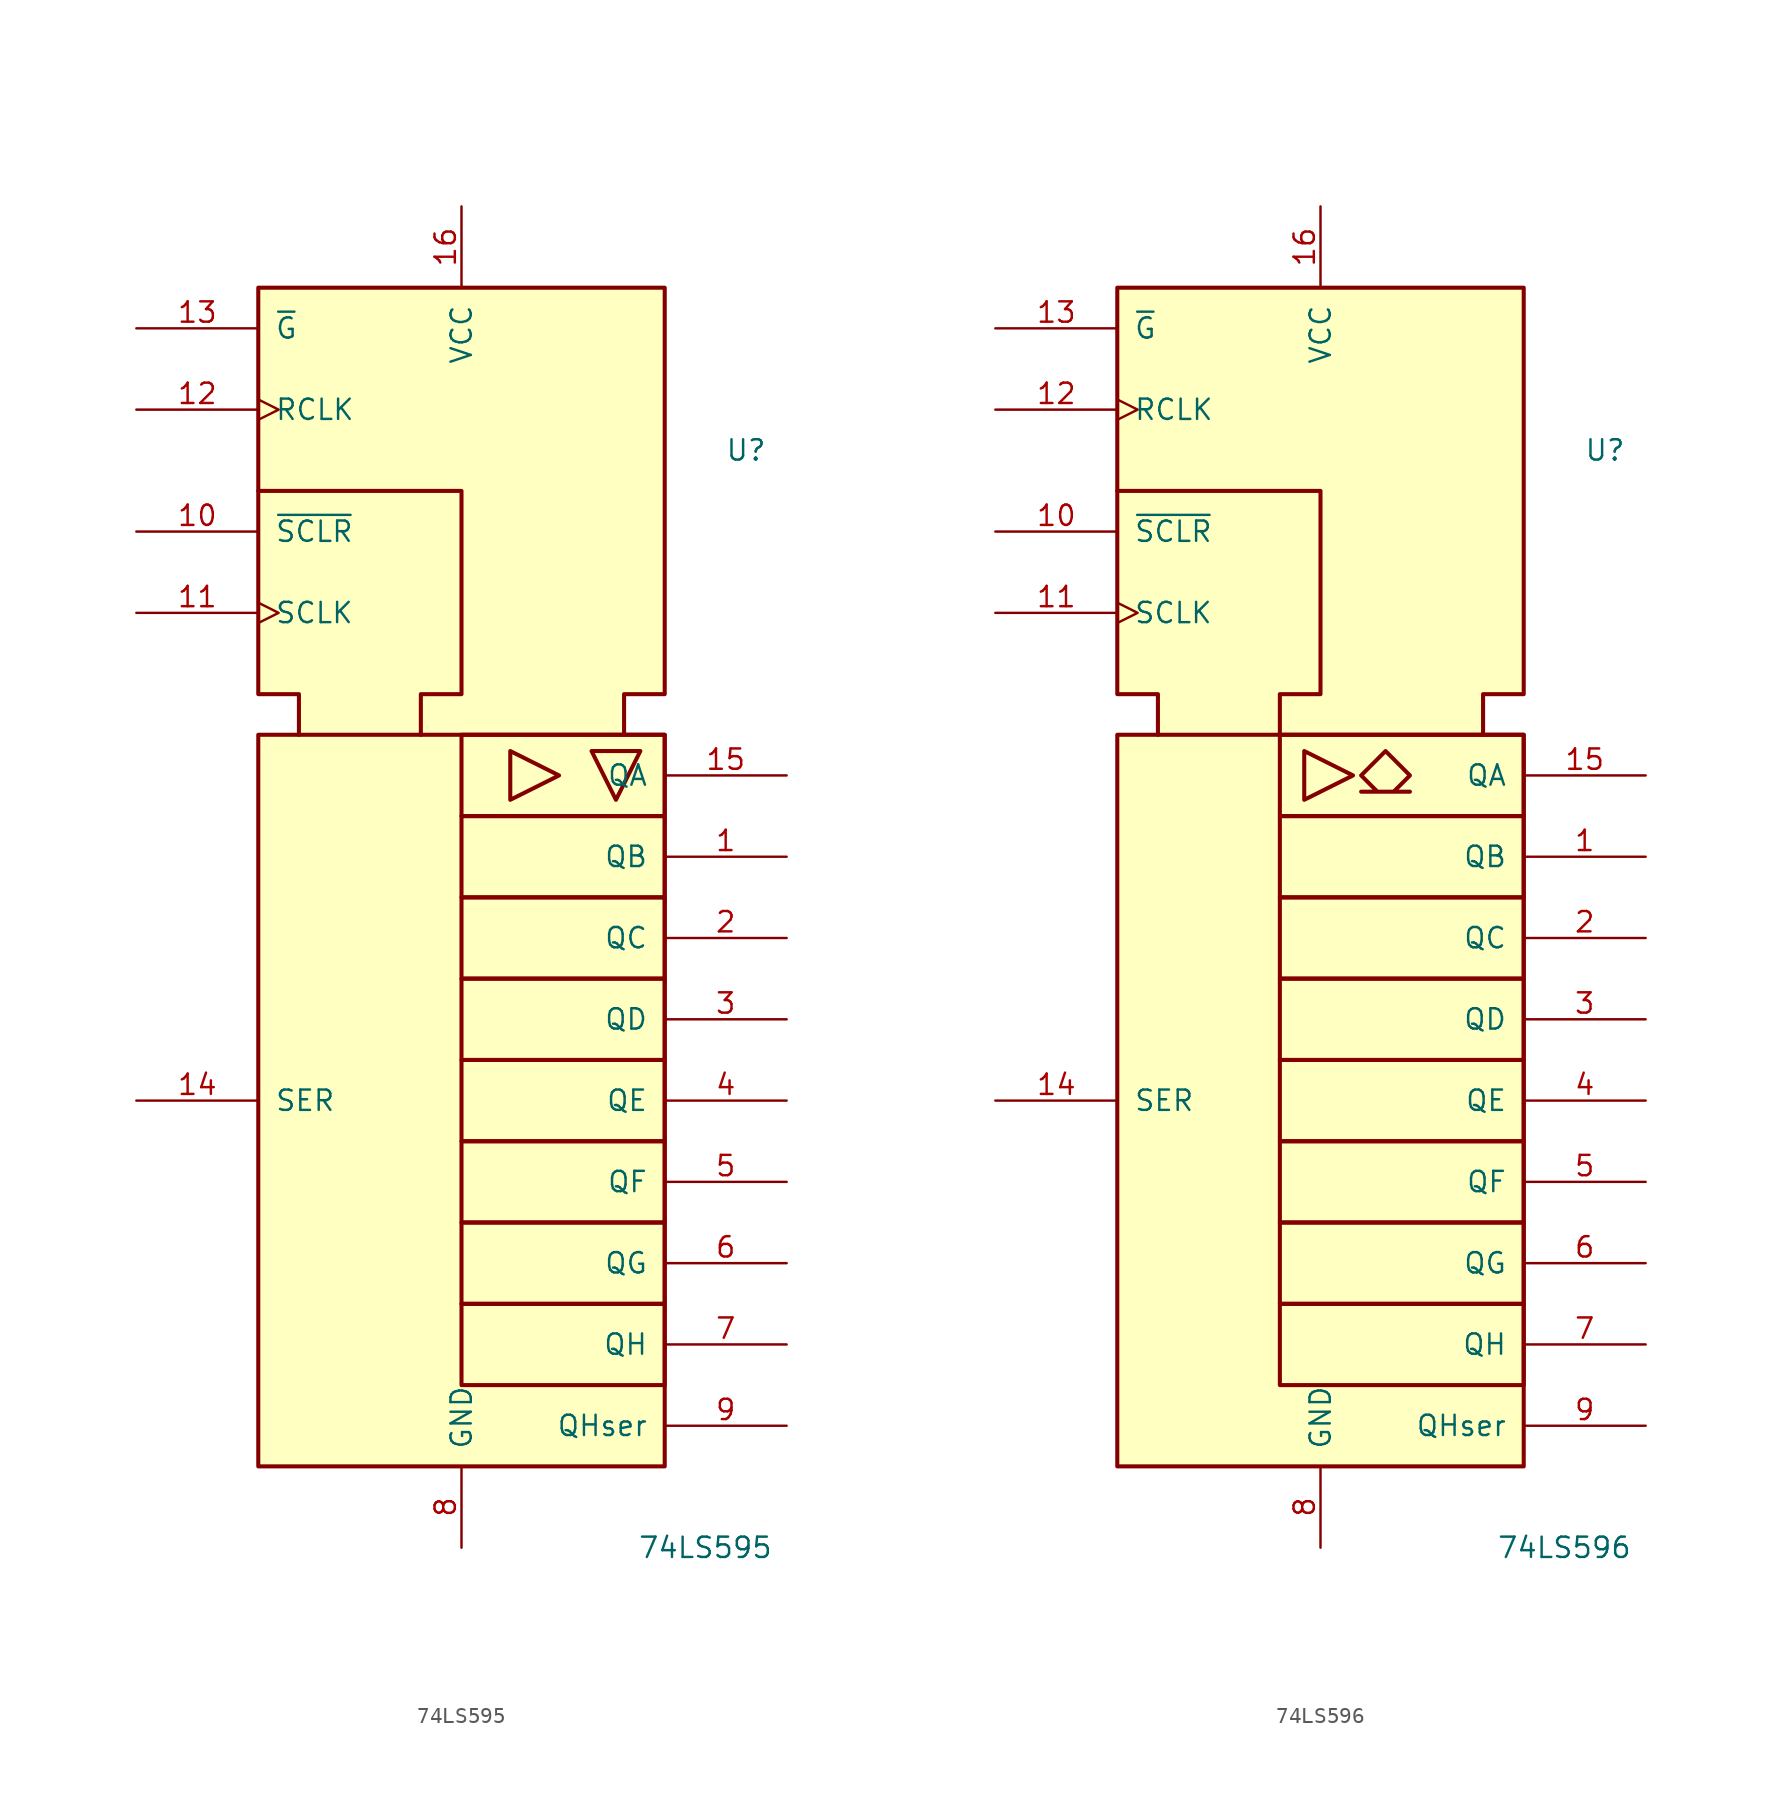
<source format=kicad_sym>
(kicad_symbol_lib
  (version 20241209)
  (generator "kicad_symbol_editor")
  (generator_version "9.0")
  (symbol "74LS595"
    (pin_names
      (offset 1.016))
    (property "Reference" "U"
      (at 17.78 20.32 0)
      (effects (font (size 1.27 1.27))))
    (property "Value" "74LS595"
      (at 15.24 -48.26 0)
      (effects (font (size 1.27 1.27))))
    (symbol "74LS595_0_0"
      (polyline (pts (xy -12.7 17.78) (xy 0 17.78) (xy 0 5.08) (xy -2.54 5.08) (xy -2.54 2.54) (xy -2.54 2.54)) (stroke (width 0.254) (type default)) (fill (type background)))
      (rectangle (start -12.7 2.54) (end 12.7 -43.18) (stroke (width 0.254) (type default)) (fill (type background)))
      (polyline (pts (xy -10.16 2.54) (xy -10.16 5.08) (xy -12.7 5.08) (xy -12.7 30.48) (xy 12.7 30.48) (xy 12.7 5.08) (xy 10.16 5.08) (xy 10.16 2.54) (xy 10.16 2.54)) (stroke (width 0.254) (type default)) (fill (type background)))
      (rectangle (start 0 2.54) (end 12.7 -2.54) (stroke (width 0.254) (type default)) (fill (type background)))
      (rectangle (start 0 -2.54) (end 12.7 -7.62) (stroke (width 0.254) (type default)) (fill (type background)))
      (rectangle (start 0 -7.62) (end 12.7 -12.7) (stroke (width 0.254) (type default)) (fill (type background)))
      (rectangle (start 0 -12.7) (end 12.7 -17.78) (stroke (width 0.254) (type default)) (fill (type background)))
      (rectangle (start 0 -17.78) (end 12.7 -22.86) (stroke (width 0.254) (type default)) (fill (type background)))
      (rectangle (start 0 -22.86) (end 12.7 -27.94) (stroke (width 0.254) (type default)) (fill (type background)))
      (rectangle (start 0 -27.94) (end 12.7 -33.02) (stroke (width 0.254) (type default)) (fill (type background)))
      (rectangle (start 0 -33.02) (end 12.7 -38.1) (stroke (width 0.254) (type default)) (fill (type background)))
      (polyline (pts (xy 3.048 1.524) (xy 3.048 -1.524) (xy 6.096 0) (xy 3.048 1.524) (xy 3.048 1.524)) (stroke (width 0.254) (type default)) (fill (type background)))
      (polyline (pts (xy 11.176 1.524) (xy 8.128 1.524) (xy 9.652 -1.524) (xy 11.176 1.524) (xy 11.176 1.524)) (stroke (width 0.254) (type default)) (fill (type background))))
    (symbol "74LS595_0_1"
      (pin power_in line (at 0 -48.26 90) (length 5.08) (name "GND" (effects (font (size 1.27 1.27)))) (number "8" (effects (font (size 1.27 1.27))))))
    (symbol "74LS595_1_1"
      (pin input line (at -20.32 27.94 0) (length 7.62) (name "~{G}" (effects (font (size 1.27 1.27)))) (number "13" (effects (font (size 1.27 1.27)))))
      (pin input clock (at -20.32 22.86 0) (length 7.62) (name "RCLK" (effects (font (size 1.27 1.27)))) (number "12" (effects (font (size 1.27 1.27)))))
      (pin input line (at -20.32 15.24 0) (length 7.62) (name "~{SCLR}" (effects (font (size 1.27 1.27)))) (number "10" (effects (font (size 1.27 1.27)))))
      (pin input clock (at -20.32 10.16 0) (length 7.62) (name "SCLK" (effects (font (size 1.27 1.27)))) (number "11" (effects (font (size 1.27 1.27)))))
      (pin input line (at -20.32 -20.32 0) (length 7.62) (name "SER" (effects (font (size 1.27 1.27)))) (number "14" (effects (font (size 1.27 1.27)))))
      (pin power_in line (at 0 35.56 270) (length 5.08) (name "VCC" (effects (font (size 1.27 1.27)))) (number "16" (effects (font (size 1.27 1.27)))))
      (pin tri_state line (at 20.32 0 180) (length 7.62) (name "QA" (effects (font (size 1.27 1.27)))) (number "15" (effects (font (size 1.27 1.27)))))
      (pin tri_state line (at 20.32 -5.08 180) (length 7.62) (name "QB" (effects (font (size 1.27 1.27)))) (number "1" (effects (font (size 1.27 1.27)))))
      (pin tri_state line (at 20.32 -10.16 180) (length 7.62) (name "QC" (effects (font (size 1.27 1.27)))) (number "2" (effects (font (size 1.27 1.27)))))
      (pin tri_state line (at 20.32 -15.24 180) (length 7.62) (name "QD" (effects (font (size 1.27 1.27)))) (number "3" (effects (font (size 1.27 1.27)))))
      (pin tri_state line (at 20.32 -20.32 180) (length 7.62) (name "QE" (effects (font (size 1.27 1.27)))) (number "4" (effects (font (size 1.27 1.27)))))
      (pin tri_state line (at 20.32 -25.4 180) (length 7.62) (name "QF" (effects (font (size 1.27 1.27)))) (number "5" (effects (font (size 1.27 1.27)))))
      (pin tri_state line (at 20.32 -30.48 180) (length 7.62) (name "QG" (effects (font (size 1.27 1.27)))) (number "6" (effects (font (size 1.27 1.27)))))
      (pin tri_state line (at 20.32 -35.56 180) (length 7.62) (name "QH" (effects (font (size 1.27 1.27)))) (number "7" (effects (font (size 1.27 1.27)))))
      (pin output line (at 20.32 -40.64 180) (length 7.62) (name "QHser" (effects (font (size 1.27 1.27)))) (number "9" (effects (font (size 1.27 1.27)))))))
  (symbol "74LS596"
    (pin_names
      (offset 1.016))
    (property "Reference" "U"
      (at 17.78 20.32 0)
      (effects (font (size 1.27 1.27))))
    (property "Value" "74LS596"
      (at 15.24 -48.26 0)
      (effects (font (size 1.27 1.27))))
    (symbol "74LS596_0_0"
      (polyline (pts (xy -12.7 17.78) (xy 0 17.78) (xy 0 5.08) (xy -2.54 5.08) (xy -2.54 2.54) (xy -2.54 2.54)) (stroke (width 0.254) (type default)) (fill (type background)))
      (rectangle (start -12.7 2.54) (end 12.7 -43.18) (stroke (width 0.254) (type default)) (fill (type background)))
      (polyline (pts (xy -10.16 2.54) (xy -10.16 5.08) (xy -12.7 5.08) (xy -12.7 30.48) (xy 12.7 30.48) (xy 12.7 5.08) (xy 10.16 5.08) (xy 10.16 2.54) (xy 10.16 2.54)) (stroke (width 0.254) (type default)) (fill (type background)))
      (polyline (pts (xy -1.016 1.524) (xy -1.016 -1.524) (xy 2.032 0) (xy -1.016 1.524) (xy -1.016 1.524)) (stroke (width 0.254) (type default)) (fill (type background)))
      (polyline (pts (xy 4.064 1.524) (xy 5.588 0) (xy 4.572 -1.016) (xy 5.588 -1.016) (xy 2.54 -1.016) (xy 3.556 -1.016) (xy 2.54 0) (xy 4.064 1.524) (xy 4.064 1.524)) (stroke (width 0.254) (type default)) (fill (type background))))
    (symbol "74LS596_0_1"
      (rectangle (start -2.54 2.54) (end 12.7 -2.54) (stroke (width 0.254) (type default)) (fill (type background)))
      (rectangle (start -2.54 -2.54) (end 12.7 -7.62) (stroke (width 0.254) (type default)) (fill (type background)))
      (rectangle (start -2.54 -7.62) (end 12.7 -12.7) (stroke (width 0.254) (type default)) (fill (type background)))
      (rectangle (start -2.54 -12.7) (end 12.7 -17.78) (stroke (width 0.254) (type default)) (fill (type background)))
      (rectangle (start -2.54 -17.78) (end 12.7 -22.86) (stroke (width 0.254) (type default)) (fill (type background)))
      (rectangle (start -2.54 -22.86) (end 12.7 -27.94) (stroke (width 0.254) (type default)) (fill (type background)))
      (rectangle (start -2.54 -27.94) (end 12.7 -33.02) (stroke (width 0.254) (type default)) (fill (type background)))
      (rectangle (start -2.54 -33.02) (end 12.7 -38.1) (stroke (width 0.254) (type default)) (fill (type background)))
      (pin power_in line (at 0 -48.26 90) (length 5.08) (name "GND" (effects (font (size 1.27 1.27)))) (number "8" (effects (font (size 1.27 1.27))))))
    (symbol "74LS596_1_1"
      (pin input line (at -20.32 27.94 0) (length 7.62) (name "~{G}" (effects (font (size 1.27 1.27)))) (number "13" (effects (font (size 1.27 1.27)))))
      (pin input clock (at -20.32 22.86 0) (length 7.62) (name "RCLK" (effects (font (size 1.27 1.27)))) (number "12" (effects (font (size 1.27 1.27)))))
      (pin input line (at -20.32 15.24 0) (length 7.62) (name "~{SCLR}" (effects (font (size 1.27 1.27)))) (number "10" (effects (font (size 1.27 1.27)))))
      (pin input clock (at -20.32 10.16 0) (length 7.62) (name "SCLK" (effects (font (size 1.27 1.27)))) (number "11" (effects (font (size 1.27 1.27)))))
      (pin input line (at -20.32 -20.32 0) (length 7.62) (name "SER" (effects (font (size 1.27 1.27)))) (number "14" (effects (font (size 1.27 1.27)))))
      (pin power_in line (at 0 35.56 270) (length 5.08) (name "VCC" (effects (font (size 1.27 1.27)))) (number "16" (effects (font (size 1.27 1.27)))))
      (pin tri_state line (at 20.32 0 180) (length 7.62) (name "QA" (effects (font (size 1.27 1.27)))) (number "15" (effects (font (size 1.27 1.27)))))
      (pin tri_state line (at 20.32 -5.08 180) (length 7.62) (name "QB" (effects (font (size 1.27 1.27)))) (number "1" (effects (font (size 1.27 1.27)))))
      (pin tri_state line (at 20.32 -10.16 180) (length 7.62) (name "QC" (effects (font (size 1.27 1.27)))) (number "2" (effects (font (size 1.27 1.27)))))
      (pin tri_state line (at 20.32 -15.24 180) (length 7.62) (name "QD" (effects (font (size 1.27 1.27)))) (number "3" (effects (font (size 1.27 1.27)))))
      (pin tri_state line (at 20.32 -20.32 180) (length 7.62) (name "QE" (effects (font (size 1.27 1.27)))) (number "4" (effects (font (size 1.27 1.27)))))
      (pin tri_state line (at 20.32 -25.4 180) (length 7.62) (name "QF" (effects (font (size 1.27 1.27)))) (number "5" (effects (font (size 1.27 1.27)))))
      (pin tri_state line (at 20.32 -30.48 180) (length 7.62) (name "QG" (effects (font (size 1.27 1.27)))) (number "6" (effects (font (size 1.27 1.27)))))
      (pin tri_state line (at 20.32 -35.56 180) (length 7.62) (name "QH" (effects (font (size 1.27 1.27)))) (number "7" (effects (font (size 1.27 1.27)))))
      (pin output line (at 20.32 -40.64 180) (length 7.62) (name "QHser" (effects (font (size 1.27 1.27)))) (number "9" (effects (font (size 1.27 1.27))))))))
</source>
